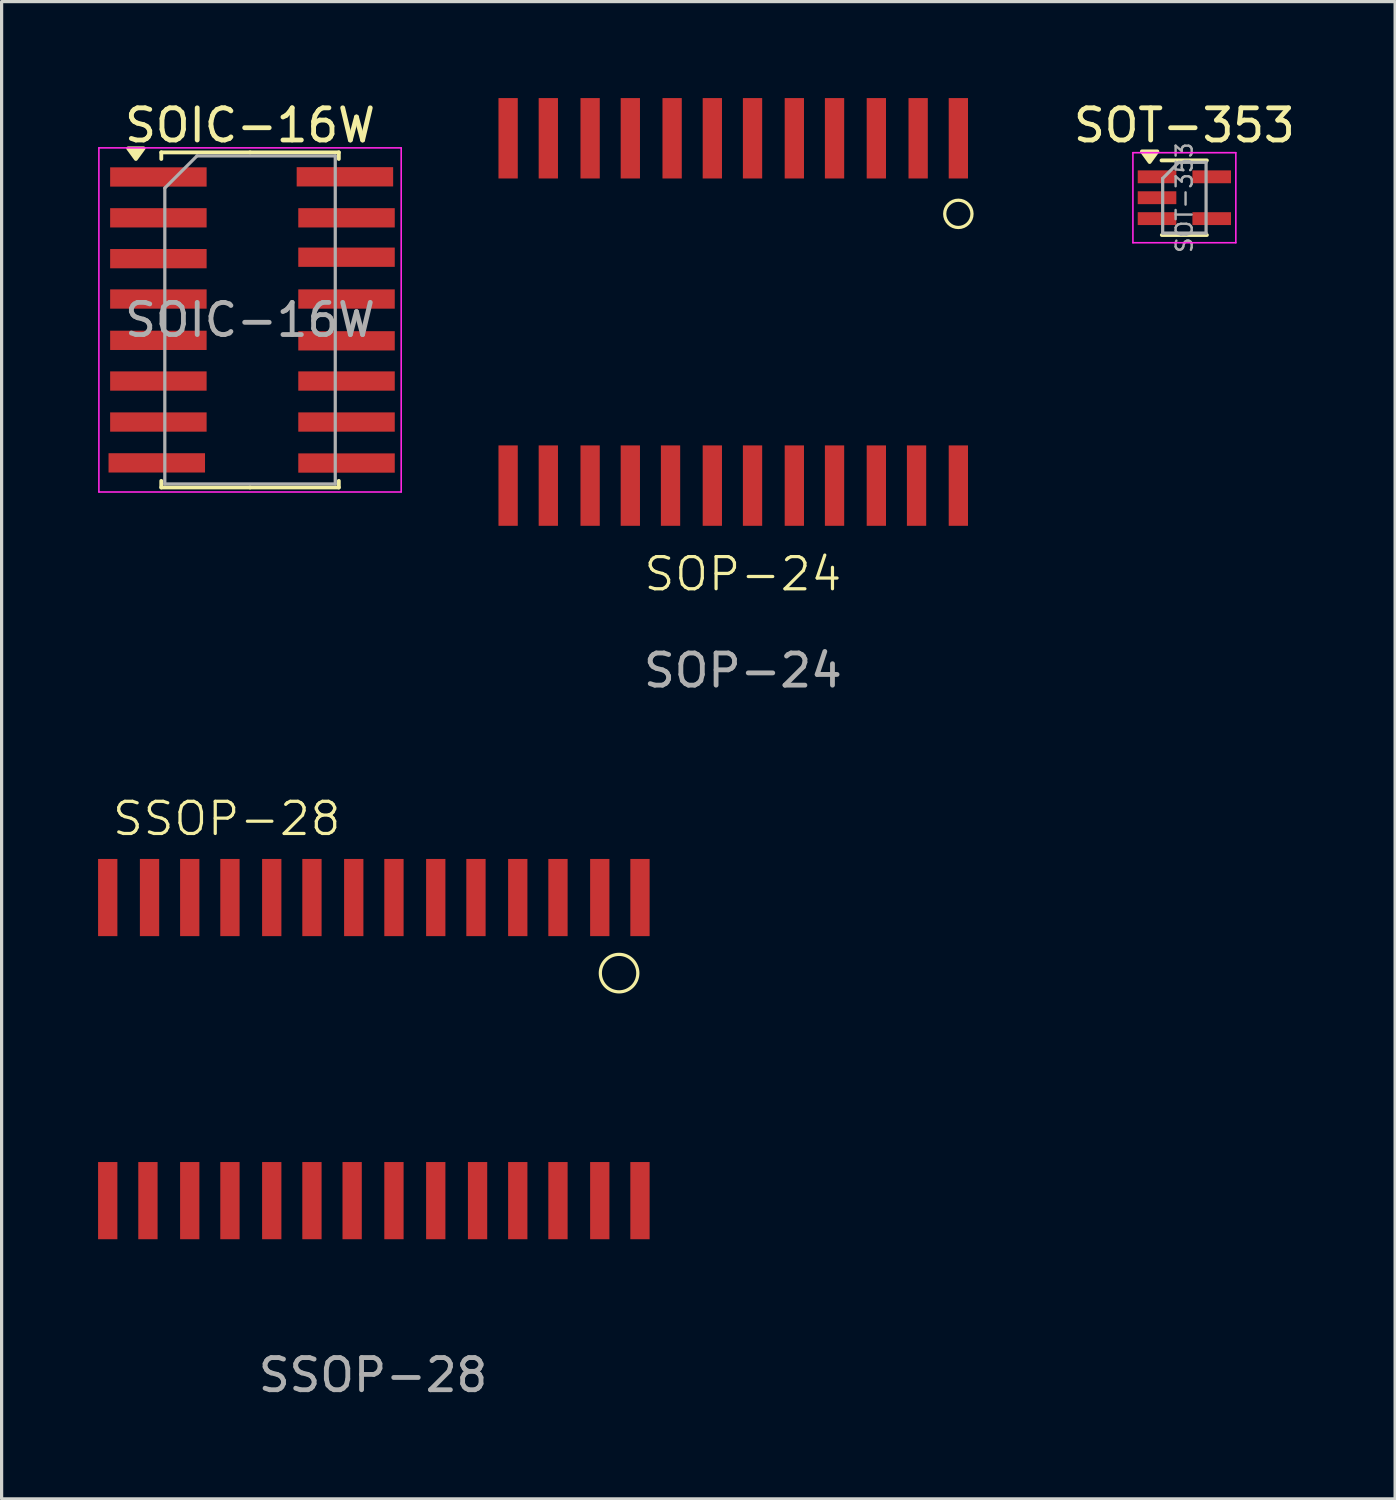
<source format=kicad_pcb>
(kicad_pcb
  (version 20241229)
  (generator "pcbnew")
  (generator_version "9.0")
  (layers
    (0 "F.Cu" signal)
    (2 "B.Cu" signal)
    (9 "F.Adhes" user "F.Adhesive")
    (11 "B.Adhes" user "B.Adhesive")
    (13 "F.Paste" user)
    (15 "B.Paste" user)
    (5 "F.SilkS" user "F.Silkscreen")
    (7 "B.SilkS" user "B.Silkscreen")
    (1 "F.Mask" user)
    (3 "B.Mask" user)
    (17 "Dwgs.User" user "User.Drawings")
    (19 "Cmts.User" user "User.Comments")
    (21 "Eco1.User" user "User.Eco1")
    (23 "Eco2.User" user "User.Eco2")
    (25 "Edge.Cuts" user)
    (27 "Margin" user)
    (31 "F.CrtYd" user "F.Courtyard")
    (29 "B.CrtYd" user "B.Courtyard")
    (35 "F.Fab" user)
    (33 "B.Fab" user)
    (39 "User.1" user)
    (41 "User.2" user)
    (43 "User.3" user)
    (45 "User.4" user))
  (footprint "SOP-24"
    (layer "F.Cu")
    (at 20.05 6)
    (property "Reference" "SOP-24" (at 0 8.8 0) (unlocked yes) (layer "F.SilkS") (effects (font (size 1 1) (thickness 0.1))))
    (attr smd)
    (fp_circle (center 6.7 -2.4) (end 7 -2.1) (stroke (width 0.1) (type default)) (fill no) (layer "F.SilkS"))
    (fp_text user "${REFERENCE}" (at 0 11.8 0) (unlocked yes) (layer "F.Fab") (effects (font (size 1 1) (thickness 0.15))))
    (pad "1" smd rect (at 6.7 -4.75 90) (size 2.5 0.6) (layers "F.Cu" "F.Mask" "F.Paste"))
    (pad "2" smd rect (at 5.45 -4.75 90) (size 2.5 0.6) (layers "F.Cu" "F.Mask" "F.Paste"))
    (pad "3" smd rect (at 4.15 -4.75 90) (size 2.5 0.6) (layers "F.Cu" "F.Mask" "F.Paste"))
    (pad "4" smd rect (at 2.85 -4.75 90) (size 2.5 0.6) (layers "F.Cu" "F.Mask" "F.Paste"))
    (pad "5" smd rect (at 1.6 -4.75 90) (size 2.5 0.6) (layers "F.Cu" "F.Mask" "F.Paste"))
    (pad "6" smd rect (at 0.3 -4.75 90) (size 2.5 0.6) (layers "F.Cu" "F.Mask" "F.Paste"))
    (pad "7" smd rect (at -0.95 -4.75 90) (size 2.5 0.6) (layers "F.Cu" "F.Mask" "F.Paste"))
    (pad "8" smd rect (at -2.2 -4.75 90) (size 2.5 0.6) (layers "F.Cu" "F.Mask" "F.Paste"))
    (pad "9" smd rect (at -3.5 -4.75 90) (size 2.5 0.6) (layers "F.Cu" "F.Mask" "F.Paste"))
    (pad "10" smd rect (at -4.75 -4.75 90) (size 2.5 0.6) (layers "F.Cu" "F.Mask" "F.Paste"))
    (pad "11" smd rect (at -6.05 -4.75 90) (size 2.5 0.6) (layers "F.Cu" "F.Mask" "F.Paste"))
    (pad "12" smd rect (at -7.3 -4.75 90) (size 2.5 0.6) (layers "F.Cu" "F.Mask" "F.Paste"))
    (pad "13" smd rect (at -7.3 6.05 90) (size 2.5 0.6) (layers "F.Cu" "F.Mask" "F.Paste"))
    (pad "14" smd rect (at -6.05 6.05 90) (size 2.5 0.6) (layers "F.Cu" "F.Mask" "F.Paste"))
    (pad "15" smd rect (at -4.75 6.05 90) (size 2.5 0.6) (layers "F.Cu" "F.Mask" "F.Paste"))
    (pad "16" smd rect (at -3.5 6.05 90) (size 2.5 0.6) (layers "F.Cu" "F.Mask" "F.Paste"))
    (pad "17" smd rect (at -2.25 6.05 90) (size 2.5 0.6) (layers "F.Cu" "F.Mask" "F.Paste"))
    (pad "18" smd rect (at -0.95 6.05 90) (size 2.5 0.6) (layers "F.Cu" "F.Mask" "F.Paste"))
    (pad "19" smd rect (at 0.3 6.05 90) (size 2.5 0.6) (layers "F.Cu" "F.Mask" "F.Paste"))
    (pad "20" smd rect (at 1.6 6.05 90) (size 2.5 0.6) (layers "F.Cu" "F.Mask" "F.Paste"))
    (pad "21" smd rect (at 2.85 6.05 90) (size 2.5 0.6) (layers "F.Cu" "F.Mask" "F.Paste"))
    (pad "22" smd rect (at 4.15 6.05 90) (size 2.5 0.6) (layers "F.Cu" "F.Mask" "F.Paste"))
    (pad "23" smd rect (at 5.4 6.05 90) (size 2.5 0.6) (layers "F.Cu" "F.Mask" "F.Paste"))
    (pad "24" smd rect (at 6.7 6.05 90) (size 2.5 0.6) (layers "F.Cu" "F.Mask" "F.Paste")))
  (footprint "SOIC-16W"
    (layer "F.Cu")
    (at 4.725 6.898)
    (property "Reference" "SOIC-16W" (at 0 -6.05 0) (layer "F.SilkS") (effects (font (size 1 1) (thickness 0.15))))
    (attr smd)
    (fp_line (start -2.76 -5.21) (end -2.76 -5.005) (stroke (width 0.12) (type solid)) (layer "F.SilkS"))
    (fp_line (start -2.76 5.21) (end -2.76 5.005) (stroke (width 0.12) (type solid)) (layer "F.SilkS"))
    (fp_line (start 0 -5.21) (end -2.76 -5.21) (stroke (width 0.12) (type solid)) (layer "F.SilkS"))
    (fp_line (start 0 -5.21) (end 2.76 -5.21) (stroke (width 0.12) (type solid)) (layer "F.SilkS"))
    (fp_line (start 0 5.21) (end -2.76 5.21) (stroke (width 0.12) (type solid)) (layer "F.SilkS"))
    (fp_line (start 0 5.21) (end 2.76 5.21) (stroke (width 0.12) (type solid)) (layer "F.SilkS"))
    (fp_line (start 2.76 -5.21) (end 2.76 -5.005) (stroke (width 0.12) (type solid)) (layer "F.SilkS"))
    (fp_line (start 2.76 5.21) (end 2.76 5.005) (stroke (width 0.12) (type solid)) (layer "F.SilkS"))
    (fp_poly (pts (xy -3.55 -5.005) (xy -3.79 -5.335) (xy -3.31 -5.335) (xy -3.55 -5.005)) (stroke (width 0.12) (type solid)) (fill yes) (layer "F.SilkS"))
    (fp_line (start -4.7 -5.35) (end -4.7 5.35) (stroke (width 0.05) (type solid)) (layer "F.CrtYd"))
    (fp_line (start -4.7 5.35) (end 4.7 5.35) (stroke (width 0.05) (type solid)) (layer "F.CrtYd"))
    (fp_line (start 4.7 -5.35) (end -4.7 -5.35) (stroke (width 0.05) (type solid)) (layer "F.CrtYd"))
    (fp_line (start 4.7 5.35) (end 4.7 -5.35) (stroke (width 0.05) (type solid)) (layer "F.CrtYd"))
    (fp_line (start -2.65 -4.1) (end -1.65 -5.1) (stroke (width 0.1) (type solid)) (layer "F.Fab"))
    (fp_line (start -2.65 5.1) (end -2.65 -4.1) (stroke (width 0.1) (type solid)) (layer "F.Fab"))
    (fp_line (start -1.65 -5.1) (end 2.65 -5.1) (stroke (width 0.1) (type solid)) (layer "F.Fab"))
    (fp_line (start 2.65 -5.1) (end 2.65 5.1) (stroke (width 0.1) (type solid)) (layer "F.Fab"))
    (fp_line (start 2.65 5.1) (end -2.65 5.1) (stroke (width 0.1) (type solid)) (layer "F.Fab"))
    (fp_text user "${REFERENCE}" (at 0 0 0) (layer "F.Fab") (effects (font (size 1 1) (thickness 0.15))))
    (pad "1" smd rect (at -2.85 -4.445) (size 3 0.6) (layers "F.Cu" "F.Mask" "F.Paste"))
    (pad "2" smd rect (at -2.85 -3.175) (size 3 0.6) (layers "F.Cu" "F.Mask" "F.Paste"))
    (pad "3" smd rect (at -2.85 -1.905) (size 3 0.6) (layers "F.Cu" "F.Mask" "F.Paste"))
    (pad "4" smd rect (at -2.85 -0.65) (size 3 0.6) (layers "F.Cu" "F.Mask" "F.Paste"))
    (pad "5" smd rect (at -2.85 0.635) (size 3 0.6) (layers "F.Cu" "F.Mask" "F.Paste"))
    (pad "6" smd rect (at -2.85 1.9) (size 3 0.6) (layers "F.Cu" "F.Mask" "F.Paste"))
    (pad "7" smd rect (at -2.85 3.175) (size 3 0.6) (layers "F.Cu" "F.Mask" "F.Paste"))
    (pad "8" smd rect (at -2.9 4.445) (size 3 0.6) (layers "F.Cu" "F.Mask" "F.Paste"))
    (pad "9" smd rect (at 3 4.45) (size 3 0.6) (layers "F.Cu" "F.Mask" "F.Paste"))
    (pad "10" smd rect (at 3 3.175) (size 3 0.6) (layers "F.Cu" "F.Mask" "F.Paste"))
    (pad "11" smd rect (at 3 1.9) (size 3 0.6) (layers "F.Cu" "F.Mask" "F.Paste"))
    (pad "12" smd rect (at 3 0.65) (size 3 0.6) (layers "F.Cu" "F.Mask" "F.Paste"))
    (pad "13" smd rect (at 3 -0.65) (size 3 0.6) (layers "F.Cu" "F.Mask" "F.Paste"))
    (pad "14" smd rect (at 3 -1.95) (size 3 0.6) (layers "F.Cu" "F.Mask" "F.Paste"))
    (pad "15" smd rect (at 3 -3.175) (size 3 0.6) (layers "F.Cu" "F.Mask" "F.Paste"))
    (pad "16" smd rect (at 2.95 -4.45) (size 3 0.6) (layers "F.Cu" "F.Mask" "F.Paste")))
  (footprint "SOT-353"
    (layer "F.Cu")
    (at 33.778 3.098)
    (property "Reference" "SOT-353" (at 0 -2.25 0) (layer "F.SilkS") (effects (font (size 1 1) (thickness 0.15))))
    (attr smd)
    (fp_line (start -0.71 -1.16) (end 0.7 -1.16) (stroke (width 0.12) (type solid)) (layer "F.SilkS"))
    (fp_line (start -0.7 1.16) (end 0.7 1.16) (stroke (width 0.12) (type solid)) (layer "F.SilkS"))
    (fp_poly (pts (xy -1.08 -1.11) (xy -1.32 -1.44) (xy -0.84 -1.44) (xy -1.08 -1.11)) (stroke (width 0.12) (type solid)) (fill yes) (layer "F.SilkS"))
    (fp_line (start -1.6 -1.4) (end -1.6 1.4) (stroke (width 0.05) (type solid)) (layer "F.CrtYd"))
    (fp_line (start -1.6 -1.4) (end 1.6 -1.4) (stroke (width 0.05) (type solid)) (layer "F.CrtYd"))
    (fp_line (start -1.6 1.4) (end 1.6 1.4) (stroke (width 0.05) (type solid)) (layer "F.CrtYd"))
    (fp_line (start 1.6 1.4) (end 1.6 -1.4) (stroke (width 0.05) (type solid)) (layer "F.CrtYd"))
    (fp_line (start -0.675 -0.6) (end -0.675 1.1) (stroke (width 0.1) (type solid)) (layer "F.Fab"))
    (fp_line (start -0.175 -1.1) (end -0.675 -0.6) (stroke (width 0.1) (type solid)) (layer "F.Fab"))
    (fp_line (start 0.675 -1.1) (end -0.175 -1.1) (stroke (width 0.1) (type solid)) (layer "F.Fab"))
    (fp_line (start 0.675 -1.1) (end 0.675 1.1) (stroke (width 0.1) (type solid)) (layer "F.Fab"))
    (fp_line (start 0.675 1.1) (end -0.675 1.1) (stroke (width 0.1) (type solid)) (layer "F.Fab"))
    (fp_text user "${REFERENCE}" (at 0 0 90) (layer "F.Fab") (effects (font (size 0.5 0.5) (thickness 0.075))))
    (pad "1" smd rect (at -0.85 -0.65) (size 1.2 0.4) (layers "F.Cu" "F.Mask" "F.Paste"))
    (pad "2" smd rect (at -0.85 0) (size 1.2 0.4) (layers "F.Cu" "F.Mask" "F.Paste"))
    (pad "3" smd rect (at -0.85 0.65) (size 1.2 0.4) (layers "F.Cu" "F.Mask" "F.Paste"))
    (pad "4" smd rect (at 0.85 0.65) (size 1.2 0.4) (layers "F.Cu" "F.Mask" "F.Paste"))
    (pad "5" smd rect (at 0.85 -0.65) (size 1.2 0.4) (layers "F.Cu" "F.Mask" "F.Paste")))
  (footprint "SSOP-28"
    (layer "F.Cu")
    (at 9 30.109)
    (property "Reference" "SSOP-28" (at -5 -7.7 0) (unlocked yes) (layer "F.SilkS") (effects (font (size 1 1) (thickness 0.1))))
    (attr smd)
    (fp_circle (center 7.2 -2.9) (end 7.7 -2.6) (stroke (width 0.1) (type default)) (fill no) (layer "F.SilkS"))
    (fp_text user "${REFERENCE}" (at -0.45 9.6 0) (unlocked yes) (layer "F.Fab") (effects (font (size 1 1) (thickness 0.15))))
    (pad "1" smd rect (at 7.85 -5.25 270) (size 2.4 0.6) (layers "F.Cu" "F.Mask" "F.Paste"))
    (pad "2" smd rect (at 6.6 -5.25 270) (size 2.4 0.6) (layers "F.Cu" "F.Mask" "F.Paste"))
    (pad "3" smd rect (at 5.3 -5.25 270) (size 2.4 0.6) (layers "F.Cu" "F.Mask" "F.Paste"))
    (pad "4" smd rect (at 4.05 -5.25 270) (size 2.4 0.6) (layers "F.Cu" "F.Mask" "F.Paste"))
    (pad "5" smd rect (at 2.75 -5.25 270) (size 2.4 0.6) (layers "F.Cu" "F.Mask" "F.Paste"))
    (pad "6" smd rect (at 1.5 -5.25 270) (size 2.4 0.6) (layers "F.Cu" "F.Mask" "F.Paste"))
    (pad "7" smd rect (at 0.2 -5.25 270) (size 2.4 0.6) (layers "F.Cu" "F.Mask" "F.Paste"))
    (pad "8" smd rect (at -1.05 -5.25 270) (size 2.4 0.6) (layers "F.Cu" "F.Mask" "F.Paste"))
    (pad "9" smd rect (at -2.35 -5.25 270) (size 2.4 0.6) (layers "F.Cu" "F.Mask" "F.Paste"))
    (pad "10" smd rect (at -3.6 -5.25 270) (size 2.4 0.6) (layers "F.Cu" "F.Mask" "F.Paste"))
    (pad "11" smd rect (at -4.9 -5.25 270) (size 2.4 0.6) (layers "F.Cu" "F.Mask" "F.Paste"))
    (pad "12" smd rect (at -6.15 -5.25 270) (size 2.4 0.6) (layers "F.Cu" "F.Mask" "F.Paste"))
    (pad "13" smd rect (at -7.4 -5.25 270) (size 2.4 0.6) (layers "F.Cu" "F.Mask" "F.Paste"))
    (pad "14" smd rect (at -8.7 -5.25 270) (size 2.4 0.6) (layers "F.Cu" "F.Mask" "F.Paste"))
    (pad "15" smd rect (at -8.7 4.175 270) (size 2.4 0.6) (layers "F.Cu" "F.Mask" "F.Paste"))
    (pad "16" smd rect (at -7.45 4.175 270) (size 2.4 0.6) (layers "F.Cu" "F.Mask" "F.Paste"))
    (pad "17" smd rect (at -6.15 4.175 270) (size 2.4 0.6) (layers "F.Cu" "F.Mask" "F.Paste"))
    (pad "18" smd rect (at -4.9 4.175 270) (size 2.4 0.6) (layers "F.Cu" "F.Mask" "F.Paste"))
    (pad "19" smd rect (at -3.6 4.175 270) (size 2.4 0.6) (layers "F.Cu" "F.Mask" "F.Paste"))
    (pad "20" smd rect (at -2.35 4.175 270) (size 2.4 0.6) (layers "F.Cu" "F.Mask" "F.Paste"))
    (pad "21" smd rect (at -1.1 4.175 270) (size 2.4 0.6) (layers "F.Cu" "F.Mask" "F.Paste"))
    (pad "22" smd rect (at 0.2 4.175 270) (size 2.4 0.6) (layers "F.Cu" "F.Mask" "F.Paste"))
    (pad "23" smd rect (at 1.5 4.175 270) (size 2.4 0.6) (layers "F.Cu" "F.Mask" "F.Paste"))
    (pad "24" smd rect (at 2.8 4.175 270) (size 2.4 0.6) (layers "F.Cu" "F.Mask" "F.Paste"))
    (pad "25" smd rect (at 4.05 4.175 270) (size 2.4 0.6) (layers "F.Cu" "F.Mask" "F.Paste"))
    (pad "26" smd rect (at 5.3 4.175 270) (size 2.4 0.6) (layers "F.Cu" "F.Mask" "F.Paste"))
    (pad "27" smd rect (at 6.6 4.175 270) (size 2.4 0.6) (layers "F.Cu" "F.Mask" "F.Paste"))
    (pad "28" smd rect (at 7.85 4.175 270) (size 2.4 0.6) (layers "F.Cu" "F.Mask" "F.Paste")))
  (gr_rect
    (start -3 -3)
    (end 40.331 43.557)
    (stroke (width 0.1) (type default))
    (fill no)
    (layer "Edge.Cuts")))
</source>
